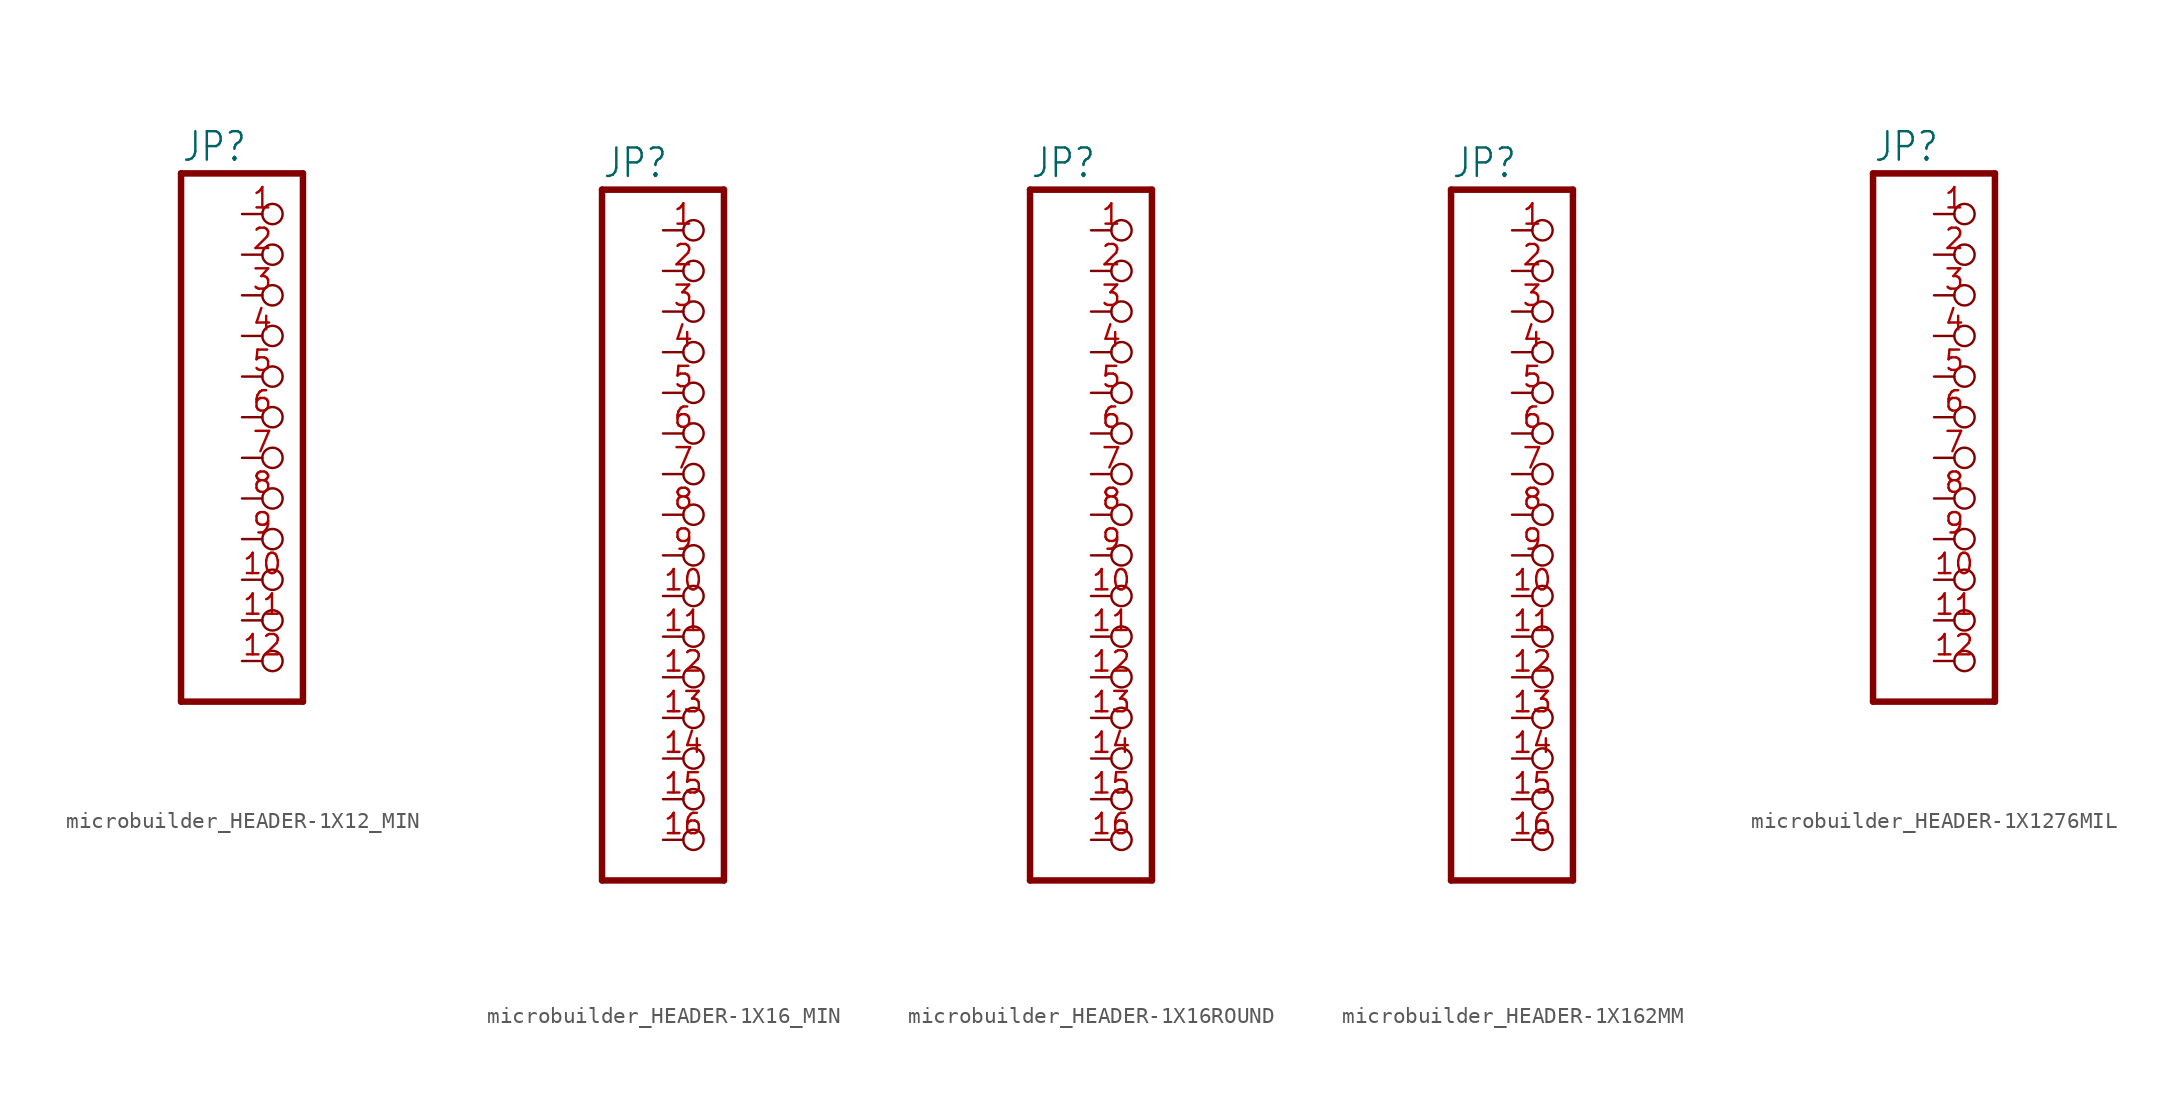
<source format=kicad_sym>
(kicad_symbol_lib
  (version 20231120)
  (generator "kicad_symbol_editor")
  (generator_version "8.0")
  (symbol "microbuilder_HEADER-1X12_MIN"
    (property "Reference" "JP"
      (at -6.35 18.415 0)
      (effects (font (size 1.778 1.511)) (justify left bottom)))
    (property "Value" ""
      (at -6.35 -17.78 0)
      (effects (font (size 1.778 1.511)) (justify left bottom)))
    (property "ki_locked" ""
      (at 0 0 0)
      (effects (font (size 1.27 1.27))))
    (symbol "microbuilder_HEADER-1X12_MIN_1_0"
      (polyline (pts (xy -6.35 -15.24) (xy 1.27 -15.24)) (stroke (width 0.406) (type solid)) (fill (type none)))
      (polyline (pts (xy -6.35 17.78) (xy -6.35 -15.24)) (stroke (width 0.406) (type solid)) (fill (type none)))
      (polyline (pts (xy 1.27 -15.24) (xy 1.27 17.78)) (stroke (width 0.406) (type solid)) (fill (type none)))
      (polyline (pts (xy 1.27 17.78) (xy -6.35 17.78)) (stroke (width 0.406) (type solid)) (fill (type none)))
      (pin passive inverted (at -2.54 15.24 0) (length 2.54) (name "1" (effects (font (size 0 0)))) (number "1" (effects (font (size 1.27 1.27)))))
      (pin passive inverted (at -2.54 -7.62 0) (length 2.54) (name "10" (effects (font (size 0 0)))) (number "10" (effects (font (size 1.27 1.27)))))
      (pin passive inverted (at -2.54 -10.16 0) (length 2.54) (name "11" (effects (font (size 0 0)))) (number "11" (effects (font (size 1.27 1.27)))))
      (pin passive inverted (at -2.54 -12.7 0) (length 2.54) (name "12" (effects (font (size 0 0)))) (number "12" (effects (font (size 1.27 1.27)))))
      (pin passive inverted (at -2.54 12.7 0) (length 2.54) (name "2" (effects (font (size 0 0)))) (number "2" (effects (font (size 1.27 1.27)))))
      (pin passive inverted (at -2.54 10.16 0) (length 2.54) (name "3" (effects (font (size 0 0)))) (number "3" (effects (font (size 1.27 1.27)))))
      (pin passive inverted (at -2.54 7.62 0) (length 2.54) (name "4" (effects (font (size 0 0)))) (number "4" (effects (font (size 1.27 1.27)))))
      (pin passive inverted (at -2.54 5.08 0) (length 2.54) (name "5" (effects (font (size 0 0)))) (number "5" (effects (font (size 1.27 1.27)))))
      (pin passive inverted (at -2.54 2.54 0) (length 2.54) (name "6" (effects (font (size 0 0)))) (number "6" (effects (font (size 1.27 1.27)))))
      (pin passive inverted (at -2.54 0 0) (length 2.54) (name "7" (effects (font (size 0 0)))) (number "7" (effects (font (size 1.27 1.27)))))
      (pin passive inverted (at -2.54 -2.54 0) (length 2.54) (name "8" (effects (font (size 0 0)))) (number "8" (effects (font (size 1.27 1.27)))))
      (pin passive inverted (at -2.54 -5.08 0) (length 2.54) (name "9" (effects (font (size 0 0)))) (number "9" (effects (font (size 1.27 1.27)))))))
  (symbol "microbuilder_HEADER-1X16_MIN"
    (property "Reference" "JP"
      (at -6.35 20.955 0)
      (effects (font (size 1.778 1.511)) (justify left bottom)))
    (property "Value" ""
      (at -6.35 -25.4 0)
      (effects (font (size 1.778 1.511)) (justify left bottom)))
    (property "ki_locked" ""
      (at 0 0 0)
      (effects (font (size 1.27 1.27))))
    (symbol "microbuilder_HEADER-1X16_MIN_1_0"
      (polyline (pts (xy -6.35 -22.86) (xy 1.27 -22.86)) (stroke (width 0.406) (type solid)) (fill (type none)))
      (polyline (pts (xy -6.35 20.32) (xy -6.35 -22.86)) (stroke (width 0.406) (type solid)) (fill (type none)))
      (polyline (pts (xy 1.27 -22.86) (xy 1.27 20.32)) (stroke (width 0.406) (type solid)) (fill (type none)))
      (polyline (pts (xy 1.27 20.32) (xy -6.35 20.32)) (stroke (width 0.406) (type solid)) (fill (type none)))
      (pin passive inverted (at -2.54 17.78 0) (length 2.54) (name "1" (effects (font (size 0 0)))) (number "1" (effects (font (size 1.27 1.27)))))
      (pin passive inverted (at -2.54 -5.08 0) (length 2.54) (name "10" (effects (font (size 0 0)))) (number "10" (effects (font (size 1.27 1.27)))))
      (pin passive inverted (at -2.54 -7.62 0) (length 2.54) (name "11" (effects (font (size 0 0)))) (number "11" (effects (font (size 1.27 1.27)))))
      (pin passive inverted (at -2.54 -10.16 0) (length 2.54) (name "12" (effects (font (size 0 0)))) (number "12" (effects (font (size 1.27 1.27)))))
      (pin passive inverted (at -2.54 -12.7 0) (length 2.54) (name "13" (effects (font (size 0 0)))) (number "13" (effects (font (size 1.27 1.27)))))
      (pin passive inverted (at -2.54 -15.24 0) (length 2.54) (name "14" (effects (font (size 0 0)))) (number "14" (effects (font (size 1.27 1.27)))))
      (pin passive inverted (at -2.54 -17.78 0) (length 2.54) (name "15" (effects (font (size 0 0)))) (number "15" (effects (font (size 1.27 1.27)))))
      (pin passive inverted (at -2.54 -20.32 0) (length 2.54) (name "16" (effects (font (size 0 0)))) (number "16" (effects (font (size 1.27 1.27)))))
      (pin passive inverted (at -2.54 15.24 0) (length 2.54) (name "2" (effects (font (size 0 0)))) (number "2" (effects (font (size 1.27 1.27)))))
      (pin passive inverted (at -2.54 12.7 0) (length 2.54) (name "3" (effects (font (size 0 0)))) (number "3" (effects (font (size 1.27 1.27)))))
      (pin passive inverted (at -2.54 10.16 0) (length 2.54) (name "4" (effects (font (size 0 0)))) (number "4" (effects (font (size 1.27 1.27)))))
      (pin passive inverted (at -2.54 7.62 0) (length 2.54) (name "5" (effects (font (size 0 0)))) (number "5" (effects (font (size 1.27 1.27)))))
      (pin passive inverted (at -2.54 5.08 0) (length 2.54) (name "6" (effects (font (size 0 0)))) (number "6" (effects (font (size 1.27 1.27)))))
      (pin passive inverted (at -2.54 2.54 0) (length 2.54) (name "7" (effects (font (size 0 0)))) (number "7" (effects (font (size 1.27 1.27)))))
      (pin passive inverted (at -2.54 0 0) (length 2.54) (name "8" (effects (font (size 0 0)))) (number "8" (effects (font (size 1.27 1.27)))))
      (pin passive inverted (at -2.54 -2.54 0) (length 2.54) (name "9" (effects (font (size 0 0)))) (number "9" (effects (font (size 1.27 1.27)))))))
  (symbol "microbuilder_HEADER-1X16ROUND"
    (property "Reference" "JP"
      (at -6.35 20.955 0)
      (effects (font (size 1.778 1.511)) (justify left bottom)))
    (property "Value" ""
      (at -6.35 -25.4 0)
      (effects (font (size 1.778 1.511)) (justify left bottom)))
    (property "ki_locked" ""
      (at 0 0 0)
      (effects (font (size 1.27 1.27))))
    (symbol "microbuilder_HEADER-1X16ROUND_1_0"
      (polyline (pts (xy -6.35 -22.86) (xy 1.27 -22.86)) (stroke (width 0.406) (type solid)) (fill (type none)))
      (polyline (pts (xy -6.35 20.32) (xy -6.35 -22.86)) (stroke (width 0.406) (type solid)) (fill (type none)))
      (polyline (pts (xy 1.27 -22.86) (xy 1.27 20.32)) (stroke (width 0.406) (type solid)) (fill (type none)))
      (polyline (pts (xy 1.27 20.32) (xy -6.35 20.32)) (stroke (width 0.406) (type solid)) (fill (type none)))
      (pin passive inverted (at -2.54 17.78 0) (length 2.54) (name "1" (effects (font (size 0 0)))) (number "1" (effects (font (size 1.27 1.27)))))
      (pin passive inverted (at -2.54 -5.08 0) (length 2.54) (name "10" (effects (font (size 0 0)))) (number "10" (effects (font (size 1.27 1.27)))))
      (pin passive inverted (at -2.54 -7.62 0) (length 2.54) (name "11" (effects (font (size 0 0)))) (number "11" (effects (font (size 1.27 1.27)))))
      (pin passive inverted (at -2.54 -10.16 0) (length 2.54) (name "12" (effects (font (size 0 0)))) (number "12" (effects (font (size 1.27 1.27)))))
      (pin passive inverted (at -2.54 -12.7 0) (length 2.54) (name "13" (effects (font (size 0 0)))) (number "13" (effects (font (size 1.27 1.27)))))
      (pin passive inverted (at -2.54 -15.24 0) (length 2.54) (name "14" (effects (font (size 0 0)))) (number "14" (effects (font (size 1.27 1.27)))))
      (pin passive inverted (at -2.54 -17.78 0) (length 2.54) (name "15" (effects (font (size 0 0)))) (number "15" (effects (font (size 1.27 1.27)))))
      (pin passive inverted (at -2.54 -20.32 0) (length 2.54) (name "16" (effects (font (size 0 0)))) (number "16" (effects (font (size 1.27 1.27)))))
      (pin passive inverted (at -2.54 15.24 0) (length 2.54) (name "2" (effects (font (size 0 0)))) (number "2" (effects (font (size 1.27 1.27)))))
      (pin passive inverted (at -2.54 12.7 0) (length 2.54) (name "3" (effects (font (size 0 0)))) (number "3" (effects (font (size 1.27 1.27)))))
      (pin passive inverted (at -2.54 10.16 0) (length 2.54) (name "4" (effects (font (size 0 0)))) (number "4" (effects (font (size 1.27 1.27)))))
      (pin passive inverted (at -2.54 7.62 0) (length 2.54) (name "5" (effects (font (size 0 0)))) (number "5" (effects (font (size 1.27 1.27)))))
      (pin passive inverted (at -2.54 5.08 0) (length 2.54) (name "6" (effects (font (size 0 0)))) (number "6" (effects (font (size 1.27 1.27)))))
      (pin passive inverted (at -2.54 2.54 0) (length 2.54) (name "7" (effects (font (size 0 0)))) (number "7" (effects (font (size 1.27 1.27)))))
      (pin passive inverted (at -2.54 0 0) (length 2.54) (name "8" (effects (font (size 0 0)))) (number "8" (effects (font (size 1.27 1.27)))))
      (pin passive inverted (at -2.54 -2.54 0) (length 2.54) (name "9" (effects (font (size 0 0)))) (number "9" (effects (font (size 1.27 1.27)))))))
  (symbol "microbuilder_HEADER-1X162MM"
    (property "Reference" "JP"
      (at -6.35 20.955 0)
      (effects (font (size 1.778 1.511)) (justify left bottom)))
    (property "Value" ""
      (at -6.35 -25.4 0)
      (effects (font (size 1.778 1.511)) (justify left bottom)))
    (property "ki_locked" ""
      (at 0 0 0)
      (effects (font (size 1.27 1.27))))
    (symbol "microbuilder_HEADER-1X162MM_1_0"
      (polyline (pts (xy -6.35 -22.86) (xy 1.27 -22.86)) (stroke (width 0.406) (type solid)) (fill (type none)))
      (polyline (pts (xy -6.35 20.32) (xy -6.35 -22.86)) (stroke (width 0.406) (type solid)) (fill (type none)))
      (polyline (pts (xy 1.27 -22.86) (xy 1.27 20.32)) (stroke (width 0.406) (type solid)) (fill (type none)))
      (polyline (pts (xy 1.27 20.32) (xy -6.35 20.32)) (stroke (width 0.406) (type solid)) (fill (type none)))
      (pin passive inverted (at -2.54 17.78 0) (length 2.54) (name "1" (effects (font (size 0 0)))) (number "1" (effects (font (size 1.27 1.27)))))
      (pin passive inverted (at -2.54 -5.08 0) (length 2.54) (name "10" (effects (font (size 0 0)))) (number "10" (effects (font (size 1.27 1.27)))))
      (pin passive inverted (at -2.54 -7.62 0) (length 2.54) (name "11" (effects (font (size 0 0)))) (number "11" (effects (font (size 1.27 1.27)))))
      (pin passive inverted (at -2.54 -10.16 0) (length 2.54) (name "12" (effects (font (size 0 0)))) (number "12" (effects (font (size 1.27 1.27)))))
      (pin passive inverted (at -2.54 -12.7 0) (length 2.54) (name "13" (effects (font (size 0 0)))) (number "13" (effects (font (size 1.27 1.27)))))
      (pin passive inverted (at -2.54 -15.24 0) (length 2.54) (name "14" (effects (font (size 0 0)))) (number "14" (effects (font (size 1.27 1.27)))))
      (pin passive inverted (at -2.54 -17.78 0) (length 2.54) (name "15" (effects (font (size 0 0)))) (number "15" (effects (font (size 1.27 1.27)))))
      (pin passive inverted (at -2.54 -20.32 0) (length 2.54) (name "16" (effects (font (size 0 0)))) (number "16" (effects (font (size 1.27 1.27)))))
      (pin passive inverted (at -2.54 15.24 0) (length 2.54) (name "2" (effects (font (size 0 0)))) (number "2" (effects (font (size 1.27 1.27)))))
      (pin passive inverted (at -2.54 12.7 0) (length 2.54) (name "3" (effects (font (size 0 0)))) (number "3" (effects (font (size 1.27 1.27)))))
      (pin passive inverted (at -2.54 10.16 0) (length 2.54) (name "4" (effects (font (size 0 0)))) (number "4" (effects (font (size 1.27 1.27)))))
      (pin passive inverted (at -2.54 7.62 0) (length 2.54) (name "5" (effects (font (size 0 0)))) (number "5" (effects (font (size 1.27 1.27)))))
      (pin passive inverted (at -2.54 5.08 0) (length 2.54) (name "6" (effects (font (size 0 0)))) (number "6" (effects (font (size 1.27 1.27)))))
      (pin passive inverted (at -2.54 2.54 0) (length 2.54) (name "7" (effects (font (size 0 0)))) (number "7" (effects (font (size 1.27 1.27)))))
      (pin passive inverted (at -2.54 0 0) (length 2.54) (name "8" (effects (font (size 0 0)))) (number "8" (effects (font (size 1.27 1.27)))))
      (pin passive inverted (at -2.54 -2.54 0) (length 2.54) (name "9" (effects (font (size 0 0)))) (number "9" (effects (font (size 1.27 1.27)))))))
  (symbol "microbuilder_HEADER-1X1276MIL"
    (property "Reference" "JP"
      (at -6.35 18.415 0)
      (effects (font (size 1.778 1.511)) (justify left bottom)))
    (property "Value" ""
      (at -6.35 -17.78 0)
      (effects (font (size 1.778 1.511)) (justify left bottom)))
    (property "ki_locked" ""
      (at 0 0 0)
      (effects (font (size 1.27 1.27))))
    (symbol "microbuilder_HEADER-1X1276MIL_1_0"
      (polyline (pts (xy -6.35 -15.24) (xy 1.27 -15.24)) (stroke (width 0.406) (type solid)) (fill (type none)))
      (polyline (pts (xy -6.35 17.78) (xy -6.35 -15.24)) (stroke (width 0.406) (type solid)) (fill (type none)))
      (polyline (pts (xy 1.27 -15.24) (xy 1.27 17.78)) (stroke (width 0.406) (type solid)) (fill (type none)))
      (polyline (pts (xy 1.27 17.78) (xy -6.35 17.78)) (stroke (width 0.406) (type solid)) (fill (type none)))
      (pin passive inverted (at -2.54 15.24 0) (length 2.54) (name "1" (effects (font (size 0 0)))) (number "1" (effects (font (size 1.27 1.27)))))
      (pin passive inverted (at -2.54 -7.62 0) (length 2.54) (name "10" (effects (font (size 0 0)))) (number "10" (effects (font (size 1.27 1.27)))))
      (pin passive inverted (at -2.54 -10.16 0) (length 2.54) (name "11" (effects (font (size 0 0)))) (number "11" (effects (font (size 1.27 1.27)))))
      (pin passive inverted (at -2.54 -12.7 0) (length 2.54) (name "12" (effects (font (size 0 0)))) (number "12" (effects (font (size 1.27 1.27)))))
      (pin passive inverted (at -2.54 12.7 0) (length 2.54) (name "2" (effects (font (size 0 0)))) (number "2" (effects (font (size 1.27 1.27)))))
      (pin passive inverted (at -2.54 10.16 0) (length 2.54) (name "3" (effects (font (size 0 0)))) (number "3" (effects (font (size 1.27 1.27)))))
      (pin passive inverted (at -2.54 7.62 0) (length 2.54) (name "4" (effects (font (size 0 0)))) (number "4" (effects (font (size 1.27 1.27)))))
      (pin passive inverted (at -2.54 5.08 0) (length 2.54) (name "5" (effects (font (size 0 0)))) (number "5" (effects (font (size 1.27 1.27)))))
      (pin passive inverted (at -2.54 2.54 0) (length 2.54) (name "6" (effects (font (size 0 0)))) (number "6" (effects (font (size 1.27 1.27)))))
      (pin passive inverted (at -2.54 0 0) (length 2.54) (name "7" (effects (font (size 0 0)))) (number "7" (effects (font (size 1.27 1.27)))))
      (pin passive inverted (at -2.54 -2.54 0) (length 2.54) (name "8" (effects (font (size 0 0)))) (number "8" (effects (font (size 1.27 1.27)))))
      (pin passive inverted (at -2.54 -5.08 0) (length 2.54) (name "9" (effects (font (size 0 0)))) (number "9" (effects (font (size 1.27 1.27))))))))
</source>
